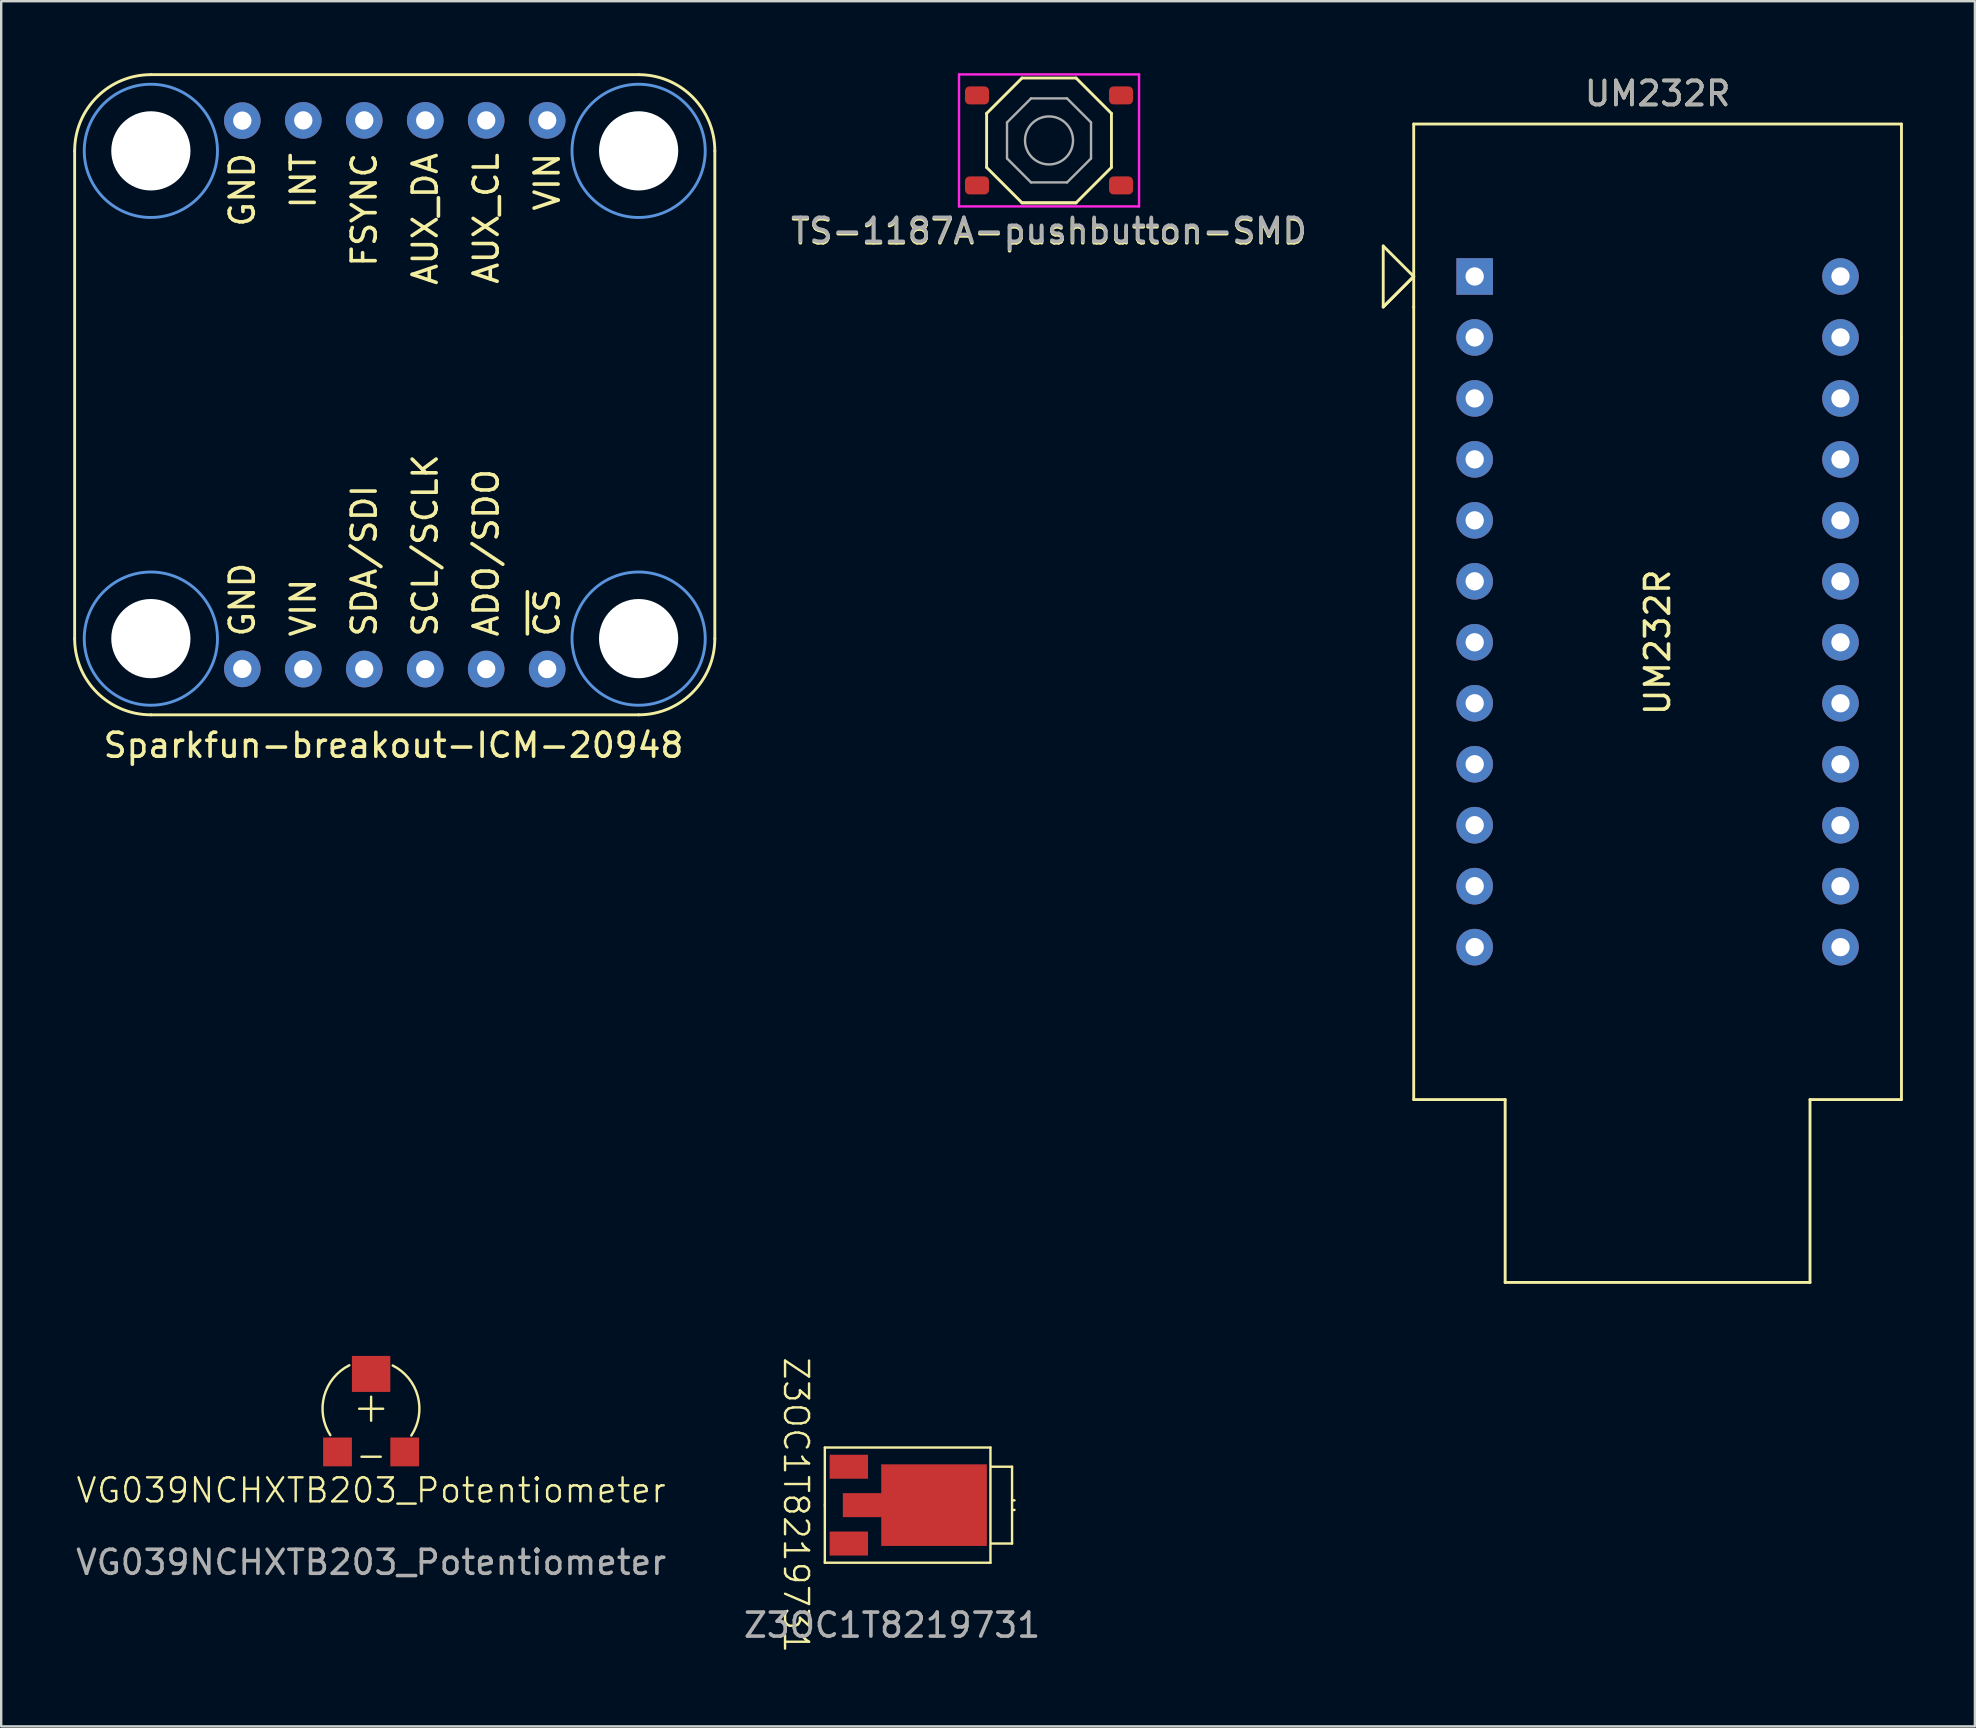
<source format=kicad_pcb>
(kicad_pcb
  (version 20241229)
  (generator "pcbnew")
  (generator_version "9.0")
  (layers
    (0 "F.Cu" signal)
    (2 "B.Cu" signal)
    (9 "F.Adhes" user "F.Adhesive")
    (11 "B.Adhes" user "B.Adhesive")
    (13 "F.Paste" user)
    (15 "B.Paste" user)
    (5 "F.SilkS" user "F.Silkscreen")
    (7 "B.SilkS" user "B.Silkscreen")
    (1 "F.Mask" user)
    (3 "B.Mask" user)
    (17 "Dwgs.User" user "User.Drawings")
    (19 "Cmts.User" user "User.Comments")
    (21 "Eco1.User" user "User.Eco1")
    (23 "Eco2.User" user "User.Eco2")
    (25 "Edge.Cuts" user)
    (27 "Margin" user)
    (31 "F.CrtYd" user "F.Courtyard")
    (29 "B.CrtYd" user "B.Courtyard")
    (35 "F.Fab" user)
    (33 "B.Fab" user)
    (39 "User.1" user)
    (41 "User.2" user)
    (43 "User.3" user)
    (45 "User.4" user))
  (footprint "TS-1187A-pushbutton-SMD"
    (layer "F.Cu")
    (at 40.653 2.8)
    (property "Reference" "TS-1187A-pushbutton-SMD" (at 0 3.81 0) (unlocked yes) (layer "F.SilkS") (effects (font (size 1 1) (thickness 0.15))))
    (attr smd)
    (fp_line (start -2.6 -1.125) (end -1.125 -2.6) (stroke (width 0.12) (type solid)) (layer "F.SilkS"))
    (fp_line (start -2.6 1.125) (end -2.6 -1.125) (stroke (width 0.12) (type solid)) (layer "F.SilkS"))
    (fp_line (start -2.6 1.125) (end -1.125 2.6) (stroke (width 0.12) (type solid)) (layer "F.SilkS"))
    (fp_line (start -1.125 2.6) (end 1.125 2.6) (stroke (width 0.12) (type solid)) (layer "F.SilkS"))
    (fp_line (start 1.125 -2.6) (end -1.125 -2.6) (stroke (width 0.12) (type solid)) (layer "F.SilkS"))
    (fp_line (start 1.125 2.6) (end -1.125 2.6) (stroke (width 0.12) (type solid)) (layer "F.SilkS"))
    (fp_line (start 1.125 2.6) (end 2.6 1.125) (stroke (width 0.12) (type solid)) (layer "F.SilkS"))
    (fp_line (start 2.6 -1.125) (end 1.125 -2.6) (stroke (width 0.12) (type solid)) (layer "F.SilkS"))
    (fp_line (start 2.6 1.125) (end 2.6 -1.125) (stroke (width 0.12) (type solid)) (layer "F.SilkS"))
    (fp_line (start -3.75 -2.75) (end 3.75 -2.75) (stroke (width 0.1) (type solid)) (layer "F.CrtYd"))
    (fp_line (start -3.75 2.75) (end -3.75 -2.75) (stroke (width 0.1) (type solid)) (layer "F.CrtYd"))
    (fp_line (start 3.75 -2.75) (end 3.75 2.75) (stroke (width 0.1) (type solid)) (layer "F.CrtYd"))
    (fp_line (start 3.75 2.75) (end -3.75 2.75) (stroke (width 0.1) (type solid)) (layer "F.CrtYd"))
    (fp_line (start -1.75 -0.75) (end -0.75 -1.75) (stroke (width 0.1) (type solid)) (layer "F.Fab"))
    (fp_line (start -1.75 0.75) (end -1.75 -0.75) (stroke (width 0.1) (type solid)) (layer "F.Fab"))
    (fp_line (start -0.75 1.75) (end -1.75 0.75) (stroke (width 0.1) (type solid)) (layer "F.Fab"))
    (fp_line (start -0.75 1.75) (end 0.75 1.75) (stroke (width 0.1) (type solid)) (layer "F.Fab"))
    (fp_line (start 0.75 -1.75) (end -0.75 -1.75) (stroke (width 0.1) (type solid)) (layer "F.Fab"))
    (fp_line (start 0.75 1.75) (end 1.75 0.75) (stroke (width 0.1) (type solid)) (layer "F.Fab"))
    (fp_line (start 1.75 -0.75) (end 0.75 -1.75) (stroke (width 0.1) (type solid)) (layer "F.Fab"))
    (fp_line (start 1.75 -0.75) (end 1.75 0.75) (stroke (width 0.1) (type solid)) (layer "F.Fab"))
    (fp_circle (center 0 0) (end -1 0) (stroke (width 0.1) (type solid)) (fill no) (layer "F.Fab"))
    (fp_text user "${REFERENCE}" (at 0 3.75 0) (unlocked yes) (layer "F.Fab") (effects (font (size 1 1) (thickness 0.15))))
    (pad "1" smd roundrect (at -3 -1.875) (size 1 0.75) (layers "F.Cu" "F.Mask" "F.Paste") (roundrect_rratio 0.25))
    (pad "1" smd roundrect (at 3 -1.875) (size 1 0.75) (layers "F.Cu" "F.Mask" "F.Paste") (roundrect_rratio 0.25))
    (pad "2" smd roundrect (at -3 1.875) (size 1 0.75) (layers "F.Cu" "F.Mask" "F.Paste") (roundrect_rratio 0.25))
    (pad "2" smd roundrect (at 3 1.875) (size 1 0.75) (layers "F.Cu" "F.Mask" "F.Paste") (roundrect_rratio 0.25)))
  (footprint "UM232R"
    (layer "F.Cu")
    (at 58.386 8.468)
    (property "Reference" "UM232R" (at 7.62 -7.62 0) (unlocked yes) (layer "F.SilkS") (effects (font (size 1 1) (thickness 0.15))))
    (attr through_hole)
    (fp_line (start -3.81 -1.27) (end -3.81 1.27) (stroke (width 0.12) (type solid)) (layer "F.SilkS"))
    (fp_line (start -3.81 1.27) (end -2.54 0) (stroke (width 0.12) (type solid)) (layer "F.SilkS"))
    (fp_line (start -2.54 -6.35) (end 17.78 -6.35) (stroke (width 0.12) (type solid)) (layer "F.SilkS"))
    (fp_line (start -2.54 0) (end -3.81 -1.27) (stroke (width 0.12) (type solid)) (layer "F.SilkS"))
    (fp_line (start -2.54 0) (end -3.81 1.27) (stroke (width 0.12) (type solid)) (layer "F.SilkS"))
    (fp_line (start -2.54 1.27) (end -2.54 -6.35) (stroke (width 0.12) (type solid)) (layer "F.SilkS"))
    (fp_line (start -2.54 1.27) (end -2.54 34.29) (stroke (width 0.12) (type solid)) (layer "F.SilkS"))
    (fp_line (start -2.54 34.29) (end 1.27 34.29) (stroke (width 0.12) (type solid)) (layer "F.SilkS"))
    (fp_line (start 1.27 41.91) (end 1.27 34.29) (stroke (width 0.12) (type solid)) (layer "F.SilkS"))
    (fp_line (start 1.27 41.91) (end 13.97 41.91) (stroke (width 0.12) (type solid)) (layer "F.SilkS"))
    (fp_line (start 13.97 41.91) (end 13.97 34.29) (stroke (width 0.12) (type solid)) (layer "F.SilkS"))
    (fp_line (start 17.78 -6.35) (end 17.78 2.54) (stroke (width 0.12) (type solid)) (layer "F.SilkS"))
    (fp_line (start 17.78 2.54) (end 17.78 34.29) (stroke (width 0.12) (type solid)) (layer "F.SilkS"))
    (fp_line (start 17.78 34.29) (end 13.97 34.29) (stroke (width 0.12) (type solid)) (layer "F.SilkS"))
    (fp_text user "UM232R" (at 7.62 15.24 90) (unlocked yes) (layer "F.SilkS") (effects (font (size 1 1) (thickness 0.15))))
    (fp_text user "${REFERENCE}" (at 7.62 -7.62 0) (unlocked yes) (layer "F.Fab") (effects (font (size 1 1) (thickness 0.15))))
    (pad "1" thru_hole rect (at 0 0) (size 1.524 1.524) (drill 0.762) (layers "*.Cu" "*.Mask"))
    (pad "2" thru_hole circle (at 0 2.54) (size 1.524 1.524) (drill 0.762) (layers "*.Cu" "*.Mask"))
    (pad "3" thru_hole circle (at 0 5.08) (size 1.524 1.524) (drill 0.762) (layers "*.Cu" "*.Mask"))
    (pad "4" thru_hole circle (at 0 7.62) (size 1.524 1.524) (drill 0.762) (layers "*.Cu" "*.Mask"))
    (pad "5" thru_hole circle (at 0 10.16) (size 1.524 1.524) (drill 0.762) (layers "*.Cu" "*.Mask"))
    (pad "6" thru_hole circle (at 0 12.7) (size 1.524 1.524) (drill 0.762) (layers "*.Cu" "*.Mask"))
    (pad "7" thru_hole circle (at 0 15.24) (size 1.524 1.524) (drill 0.762) (layers "*.Cu" "*.Mask"))
    (pad "8" thru_hole circle (at 0 17.78) (size 1.524 1.524) (drill 0.762) (layers "*.Cu" "*.Mask"))
    (pad "9" thru_hole circle (at 0 20.32) (size 1.524 1.524) (drill 0.762) (layers "*.Cu" "*.Mask"))
    (pad "10" thru_hole circle (at 0 22.86) (size 1.524 1.524) (drill 0.762) (layers "*.Cu" "*.Mask"))
    (pad "11" thru_hole circle (at 0 25.4) (size 1.524 1.524) (drill 0.762) (layers "*.Cu" "*.Mask"))
    (pad "12" thru_hole circle (at 0 27.94) (size 1.524 1.524) (drill 0.762) (layers "*.Cu" "*.Mask"))
    (pad "13" thru_hole circle (at 15.24 27.94) (size 1.524 1.524) (drill 0.762) (layers "*.Cu" "*.Mask"))
    (pad "14" thru_hole circle (at 15.24 25.4) (size 1.524 1.524) (drill 0.762) (layers "*.Cu" "*.Mask"))
    (pad "15" thru_hole circle (at 15.24 22.86) (size 1.524 1.524) (drill 0.762) (layers "*.Cu" "*.Mask"))
    (pad "16" thru_hole circle (at 15.24 20.32) (size 1.524 1.524) (drill 0.762) (layers "*.Cu" "*.Mask"))
    (pad "17" thru_hole circle (at 15.24 17.78) (size 1.524 1.524) (drill 0.762) (layers "*.Cu" "*.Mask"))
    (pad "18" thru_hole circle (at 15.24 15.24) (size 1.524 1.524) (drill 0.762) (layers "*.Cu" "*.Mask"))
    (pad "19" thru_hole circle (at 15.24 12.7) (size 1.524 1.524) (drill 0.762) (layers "*.Cu" "*.Mask"))
    (pad "20" thru_hole circle (at 15.24 10.16) (size 1.524 1.524) (drill 0.762) (layers "*.Cu" "*.Mask"))
    (pad "21" thru_hole circle (at 15.24 7.62) (size 1.524 1.524) (drill 0.762) (layers "*.Cu" "*.Mask"))
    (pad "22" thru_hole circle (at 15.24 5.08) (size 1.524 1.524) (drill 0.762) (layers "*.Cu" "*.Mask"))
    (pad "23" thru_hole circle (at 15.24 2.54) (size 1.524 1.524) (drill 0.762) (layers "*.Cu" "*.Mask"))
    (pad "24" thru_hole circle (at 15.24 0) (size 1.524 1.524) (drill 0.762) (layers "*.Cu" "*.Mask")))
  (footprint "VG039NCHXTB203_Potentiometer"
    (layer "F.Cu")
    (at 12.411 55.638)
    (property "Reference" "VG039NCHXTB203_Potentiometer" (at 0 3.4 0) (unlocked yes) (layer "F.SilkS") (effects (font (size 1 1) (thickness 0.1))))
    (attr smd)
    (fp_line (start -0.4 2) (end 0.4 2) (stroke (width 0.1) (type default)) (layer "F.SilkS"))
    (fp_line (start 0 0) (end -0.5 0) (stroke (width 0.1) (type default)) (layer "F.SilkS"))
    (fp_line (start 0 0) (end 0 -0.5) (stroke (width 0.1) (type default)) (layer "F.SilkS"))
    (fp_line (start 0 0) (end 0 0.5) (stroke (width 0.1) (type default)) (layer "F.SilkS"))
    (fp_line (start 0 0) (end 0.5 0) (stroke (width 0.1) (type default)) (layer "F.SilkS"))
    (fp_arc (start -1.699999 1.1) (mid -1.953407 -0.533104) (end -0.905538 -1.811076) (stroke (width 0.1) (type default)) (layer "F.SilkS"))
    (fp_arc (start 0.9 -1.8) (mid 1.945043 -0.516534) (end 1.674469 1.116313) (stroke (width 0.1) (type default)) (layer "F.SilkS"))
    (fp_text user "${REFERENCE}" (at 0 6.4 0) (unlocked yes) (layer "F.Fab") (effects (font (size 1 1) (thickness 0.15))))
    (pad "1" smd rect (at -1.4 1.8) (size 1.2 1.2) (layers "F.Cu" "F.Mask" "F.Paste"))
    (pad "2" smd rect (at 0 -1.45) (size 1.6 1.5) (layers "F.Cu" "F.Mask" "F.Paste"))
    (pad "3" smd rect (at 1.4 1.8) (size 1.2 1.2) (layers "F.Cu" "F.Mask" "F.Paste")))
  (footprint "Z3OC1T8219731"
    (layer "F.Cu")
    (at 31.313 59.655)
    (property "Reference" "Z3OC1T8219731" (at -1.2 0 270) (unlocked yes) (layer "F.SilkS") (effects (font (size 1 1) (thickness 0.1))))
    (attr smd)
    (fp_line (start 0 -2.4) (end 6.9 -2.4) (stroke (width 0.1) (type default)) (layer "F.SilkS"))
    (fp_line (start 0 0) (end 0 -2.4) (stroke (width 0.1) (type default)) (layer "F.SilkS"))
    (fp_line (start 0 2.4) (end 0 0) (stroke (width 0.1) (type default)) (layer "F.SilkS"))
    (fp_line (start 6.9 -2.4) (end 6.9 2.4) (stroke (width 0.1) (type default)) (layer "F.SilkS"))
    (fp_line (start 6.9 2.4) (end 0 2.4) (stroke (width 0.1) (type default)) (layer "F.SilkS"))
    (fp_line (start 6.95 -1.6) (end 7.8 -1.6) (stroke (width 0.1) (type default)) (layer "F.SilkS"))
    (fp_line (start 6.95 1.6) (end 7.8 1.6) (stroke (width 0.1) (type default)) (layer "F.SilkS"))
    (fp_line (start 7.8 0.2) (end 7.9 0.2) (stroke (width 0.1) (type default)) (layer "F.SilkS"))
    (fp_line (start 7.8 1.6) (end 7.8 -1.6) (stroke (width 0.1) (type default)) (layer "F.SilkS"))
    (fp_line (start 7.9 -0.2) (end 7.8 -0.2) (stroke (width 0.1) (type default)) (layer "F.SilkS"))
    (fp_text user "${REFERENCE}" (at 2.8 5 0) (unlocked yes) (layer "F.Fab") (effects (font (size 1 1) (thickness 0.15))))
    (pad "1" smd rect (at 1 -1.6) (size 1.6 1) (layers "F.Cu" "F.Mask" "F.Paste"))
    (pad "2" smd rect (at 1 1.6) (size 1.6 1) (layers "F.Cu" "F.Mask" "F.Paste"))
    (pad "3" smd custom (at 0.75 0) (size 0.001 1) (layers "F.Cu" "F.Mask" "F.Paste") (options (anchor rect)) (primitives (gr_poly (pts (xy 0 0.5) (xy 1.6 0.5) (xy 1.6 1.7) (xy 6 1.7) (xy 6 -1.7) (xy 1.6 -1.7) (xy 1.6 -0.5) (xy 0 -0.5)) (width 0) (fill yes)))))
  (footprint "Sparkfun-breakout-ICM-20948"
    (layer "F.Cu")
    (at 13.395 13.395)
    (property "Reference" "Sparkfun-breakout-ICM-20948" (at -0.05 14.605 0) (layer "F.SilkS") (effects (font (size 1 1) (thickness 0.15))))
    (attr through_hole)
    (fp_line (start -13.335 10.16) (end -13.335 -10.16) (stroke (width 0.12) (type solid)) (layer "F.SilkS"))
    (fp_line (start -10.16 -13.335) (end 10.16 -13.335) (stroke (width 0.12) (type solid)) (layer "F.SilkS"))
    (fp_line (start 10.16 13.335) (end -10.16 13.335) (stroke (width 0.12) (type solid)) (layer "F.SilkS"))
    (fp_line (start 13.335 -10.16) (end 13.335 10.16) (stroke (width 0.12) (type solid)) (layer "F.SilkS"))
    (fp_arc (start -13.335 -10.16) (mid -12.405064 -12.405064) (end -10.16 -13.335) (stroke (width 0.12) (type solid)) (layer "F.SilkS"))
    (fp_arc (start -10.16 13.335) (mid -12.405064 12.405064) (end -13.335 10.16) (stroke (width 0.12) (type solid)) (layer "F.SilkS"))
    (fp_arc (start 10.16 -13.335) (mid 12.405064 -12.405064) (end 13.335 -10.16) (stroke (width 0.12) (type solid)) (layer "F.SilkS"))
    (fp_arc (start 13.335 10.16) (mid 12.405064 12.405064) (end 10.16 13.335) (stroke (width 0.12) (type solid)) (layer "F.SilkS"))
    (fp_circle (center -10.16 -10.16) (end -7.385 -10.16) (stroke (width 0.12) (type solid)) (fill no) (layer "Cmts.User"))
    (fp_circle (center -10.16 10.16) (end -7.385 10.16) (stroke (width 0.12) (type solid)) (fill no) (layer "Cmts.User"))
    (fp_circle (center 10.16 -10.16) (end 12.935 -10.16) (stroke (width 0.12) (type solid)) (fill no) (layer "Cmts.User"))
    (fp_circle (center 10.16 10.16) (end 12.935 10.16) (stroke (width 0.12) (type solid)) (fill no) (layer "Cmts.User"))
    (fp_text user "AUX_CL" (at 3.81 -10.16 90) (layer "F.SilkS") (effects (font (size 1 1) (thickness 0.15)) (justify right)))
    (fp_text user "AUX_DA" (at 1.27 -10.16 90) (layer "F.SilkS") (effects (font (size 1 1) (thickness 0.15)) (justify right)))
    (fp_text user "~{CS}" (at 6.35 10.16 90) (layer "F.SilkS") (effects (font (size 1 1) (thickness 0.15)) (justify left)))
    (fp_text user "VIN" (at -3.81 10.16 90) (layer "F.SilkS") (effects (font (size 1 1) (thickness 0.15)) (justify left)))
    (fp_text user "GND" (at -6.35 10.16 90) (layer "F.SilkS") (effects (font (size 1 1) (thickness 0.15)) (justify left)))
    (fp_text user "VIN" (at 6.35 -10.16 90) (layer "F.SilkS") (effects (font (size 1 1) (thickness 0.15)) (justify right)))
    (fp_text user "ADO/SDO" (at 3.81 10.16 90) (layer "F.SilkS") (effects (font (size 1 1) (thickness 0.15)) (justify left)))
    (fp_text user "SCL/SCLK" (at 1.27 10.16 90) (layer "F.SilkS") (effects (font (size 1 1) (thickness 0.15)) (justify left)))
    (fp_text user "GND" (at -6.35 -10.16 90) (layer "F.SilkS") (effects (font (size 1 1) (thickness 0.15)) (justify right)))
    (fp_text user "INT" (at -3.81 -10.16 90) (layer "F.SilkS") (effects (font (size 1 1) (thickness 0.15)) (justify right)))
    (fp_text user "SDA/SDI" (at -1.27 10.16 90) (layer "F.SilkS") (effects (font (size 1 1) (thickness 0.15)) (justify left)))
    (fp_text user "FSYNC" (at -1.27 -10.16 90) (layer "F.SilkS") (effects (font (size 1 1) (thickness 0.15)) (justify right)))
    (pad "" np_thru_hole circle (at -10.16 -10.16) (size 3.3 3.3) (drill 3.3) (layers "*.Cu" "*.Mask"))
    (pad "" np_thru_hole circle (at -10.16 10.16) (size 3.3 3.3) (drill 3.3) (layers "*.Cu" "*.Mask"))
    (pad "" np_thru_hole circle (at 10.16 -10.16) (size 3.3 3.3) (drill 3.3) (layers "*.Cu" "*.Mask"))
    (pad "" np_thru_hole circle (at 10.16 10.16) (size 3.3 3.3) (drill 3.3) (layers "*.Cu" "*.Mask"))
    (pad "1" thru_hole circle (at -6.35 11.42) (size 1.524 1.524) (drill 0.762) (layers "*.Cu" "*.Mask"))
    (pad "2" thru_hole circle (at -3.81 11.43) (size 1.524 1.524) (drill 0.762) (layers "*.Cu" "*.Mask"))
    (pad "3" thru_hole circle (at -1.27 11.43) (size 1.524 1.524) (drill 0.762) (layers "*.Cu" "*.Mask"))
    (pad "4" thru_hole circle (at 1.27 11.43) (size 1.524 1.524) (drill 0.762) (layers "*.Cu" "*.Mask"))
    (pad "5" thru_hole circle (at 3.81 11.43) (size 1.524 1.524) (drill 0.762) (layers "*.Cu" "*.Mask"))
    (pad "6" thru_hole circle (at 6.35 11.43) (size 1.524 1.524) (drill 0.762) (layers "*.Cu" "*.Mask"))
    (pad "7" thru_hole circle (at -6.35 -11.42) (size 1.524 1.524) (drill 0.762) (layers "*.Cu" "*.Mask"))
    (pad "8" thru_hole circle (at -3.81 -11.43) (size 1.524 1.524) (drill 0.762) (layers "*.Cu" "*.Mask"))
    (pad "9" thru_hole circle (at -1.27 -11.43) (size 1.524 1.524) (drill 0.762) (layers "*.Cu" "*.Mask"))
    (pad "10" thru_hole circle (at 1.27 -11.43) (size 1.524 1.524) (drill 0.762) (layers "*.Cu" "*.Mask"))
    (pad "11" thru_hole circle (at 3.81 -11.43) (size 1.524 1.524) (drill 0.762) (layers "*.Cu" "*.Mask"))
    (pad "12" thru_hole circle (at 6.35 -11.43) (size 1.524 1.524) (drill 0.762) (layers "*.Cu" "*.Mask")))
  (gr_rect
    (start -3 -3)
    (end 79.226 68.872)
    (stroke (width 0.1) (type default))
    (fill no)
    (layer "Edge.Cuts")))
</source>
